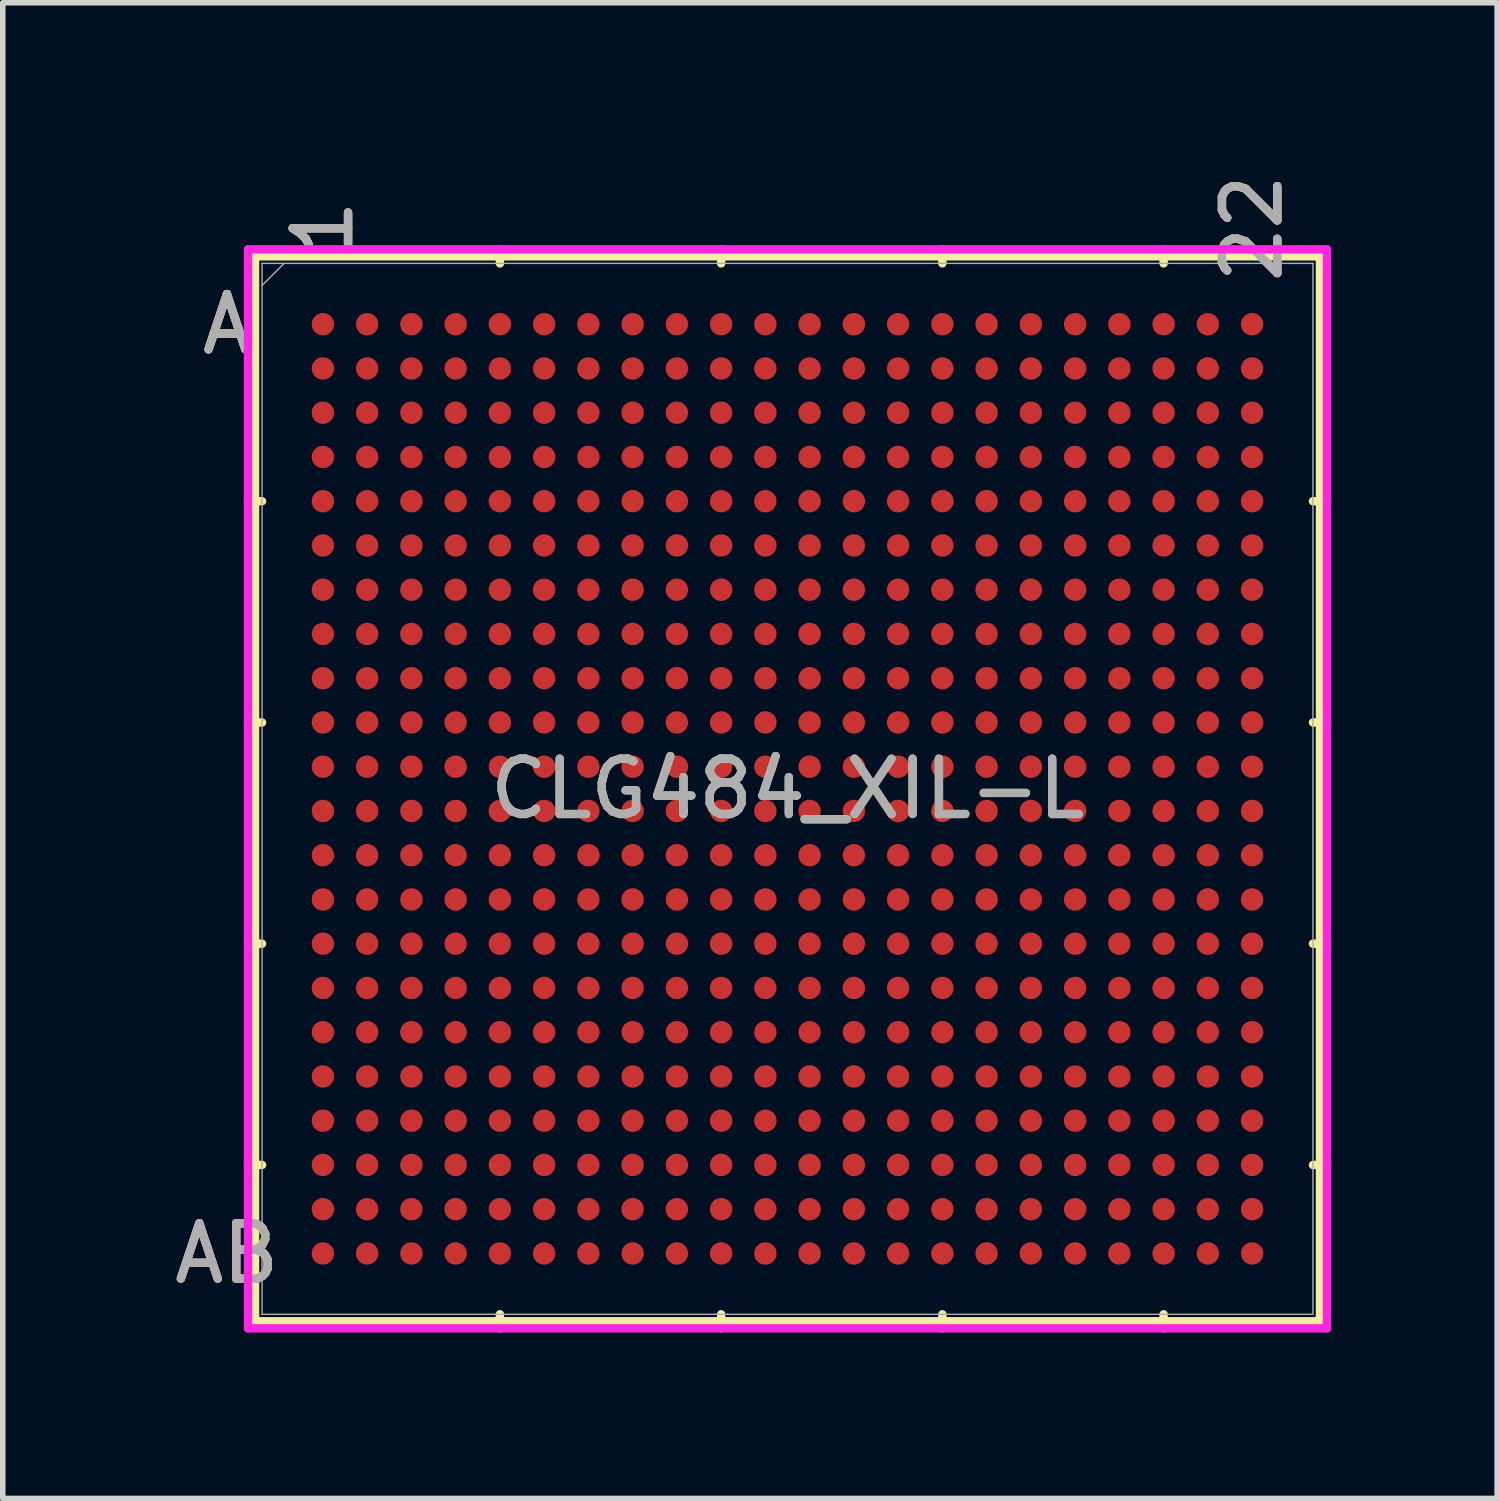
<source format=kicad_pcb>
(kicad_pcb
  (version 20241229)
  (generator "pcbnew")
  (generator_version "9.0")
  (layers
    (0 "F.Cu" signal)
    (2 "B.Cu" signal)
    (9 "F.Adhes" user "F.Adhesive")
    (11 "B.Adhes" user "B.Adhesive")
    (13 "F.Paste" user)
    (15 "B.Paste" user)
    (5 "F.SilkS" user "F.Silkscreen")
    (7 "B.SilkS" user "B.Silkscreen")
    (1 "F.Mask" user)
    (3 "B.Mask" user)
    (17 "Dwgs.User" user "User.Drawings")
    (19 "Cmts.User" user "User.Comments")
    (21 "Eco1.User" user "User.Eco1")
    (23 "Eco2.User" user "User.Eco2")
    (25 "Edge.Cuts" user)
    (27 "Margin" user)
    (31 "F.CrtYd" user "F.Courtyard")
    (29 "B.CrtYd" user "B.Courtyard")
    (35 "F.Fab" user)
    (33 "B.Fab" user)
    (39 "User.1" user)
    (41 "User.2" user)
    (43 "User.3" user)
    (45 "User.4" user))
  (footprint "CLG484_XIL-L"
    (layer "F.Cu")
    (at 11.188 11.212)
    (property "Reference" "CLG484_XIL-L" (at 0 0 0) (unlocked yes) (layer "F.SilkS") (effects (font (size 1 1) (thickness 0.15))))
    (attr smd)
    (fp_line (start -9.627 -9.627) (end -9.627 9.627) (stroke (width 0.152) (type solid)) (layer "F.SilkS"))
    (fp_line (start -9.627 9.627) (end 9.627 9.627) (stroke (width 0.152) (type solid)) (layer "F.SilkS"))
    (fp_line (start -9.5 -5.2) (end -9.754 -5.2) (stroke (width 0.152) (type solid)) (layer "F.SilkS"))
    (fp_line (start -9.5 -1.2) (end -9.754 -1.2) (stroke (width 0.152) (type solid)) (layer "F.SilkS"))
    (fp_line (start -9.5 2.8) (end -9.754 2.8) (stroke (width 0.152) (type solid)) (layer "F.SilkS"))
    (fp_line (start -9.5 6.8) (end -9.754 6.8) (stroke (width 0.152) (type solid)) (layer "F.SilkS"))
    (fp_line (start -5.2 -9.5) (end -5.2 -9.754) (stroke (width 0.152) (type solid)) (layer "F.SilkS"))
    (fp_line (start -5.2 9.5) (end -5.2 9.754) (stroke (width 0.152) (type solid)) (layer "F.SilkS"))
    (fp_line (start -1.2 -9.5) (end -1.2 -9.754) (stroke (width 0.152) (type solid)) (layer "F.SilkS"))
    (fp_line (start -1.2 9.5) (end -1.2 9.754) (stroke (width 0.152) (type solid)) (layer "F.SilkS"))
    (fp_line (start 2.8 -9.5) (end 2.8 -9.754) (stroke (width 0.152) (type solid)) (layer "F.SilkS"))
    (fp_line (start 2.8 9.5) (end 2.8 9.754) (stroke (width 0.152) (type solid)) (layer "F.SilkS"))
    (fp_line (start 6.8 -9.5) (end 6.8 -9.754) (stroke (width 0.152) (type solid)) (layer "F.SilkS"))
    (fp_line (start 6.8 9.5) (end 6.8 9.754) (stroke (width 0.152) (type solid)) (layer "F.SilkS"))
    (fp_line (start 9.5 -5.2) (end 9.754 -5.2) (stroke (width 0.152) (type solid)) (layer "F.SilkS"))
    (fp_line (start 9.5 -1.2) (end 9.754 -1.2) (stroke (width 0.152) (type solid)) (layer "F.SilkS"))
    (fp_line (start 9.5 2.8) (end 9.754 2.8) (stroke (width 0.152) (type solid)) (layer "F.SilkS"))
    (fp_line (start 9.5 6.8) (end 9.754 6.8) (stroke (width 0.152) (type solid)) (layer "F.SilkS"))
    (fp_line (start 9.627 -9.627) (end -9.627 -9.627) (stroke (width 0.152) (type solid)) (layer "F.SilkS"))
    (fp_line (start 9.627 9.627) (end 9.627 -9.627) (stroke (width 0.152) (type solid)) (layer "F.SilkS"))
    (fp_poly (pts (xy -9.244 -9.244) (xy 9.244 -9.244) (xy 9.244 9.244) (xy -9.244 9.244)) (stroke (width 0.1) (type solid)) (fill no) (layer "Eco2.User"))
    (fp_line (start -9.754 -9.754) (end 9.754 -9.754) (stroke (width 0.152) (type solid)) (layer "F.CrtYd"))
    (fp_line (start -9.754 9.754) (end -9.754 -9.754) (stroke (width 0.152) (type solid)) (layer "F.CrtYd"))
    (fp_line (start 9.754 -9.754) (end 9.754 9.754) (stroke (width 0.152) (type solid)) (layer "F.CrtYd"))
    (fp_line (start 9.754 9.754) (end -9.754 9.754) (stroke (width 0.152) (type solid)) (layer "F.CrtYd"))
    (fp_line (start -9.5 -9.5) (end -9.5 9.5) (stroke (width 0.025) (type solid)) (layer "F.Fab"))
    (fp_line (start -9.5 9.5) (end 9.5 9.5) (stroke (width 0.025) (type solid)) (layer "F.Fab"))
    (fp_line (start -9.1 -9.5) (end -9.5 -9.1) (stroke (width 0.025) (type solid)) (layer "F.Fab"))
    (fp_line (start 9.5 -9.5) (end -9.5 -9.5) (stroke (width 0.025) (type solid)) (layer "F.Fab"))
    (fp_line (start 9.5 9.5) (end 9.5 -9.5) (stroke (width 0.025) (type solid)) (layer "F.Fab"))
    (fp_text user "A" (at -10.135 -8.4 0) (unlocked yes) (layer "F.SilkS") (effects (font (size 1 1) (thickness 0.15))))
    (fp_text user "1" (at -8.4 -10.135 90) (unlocked yes) (layer "F.SilkS") (effects (font (size 1 1) (thickness 0.15))))
    (fp_text user "22" (at 8.4 -10.135 90) (unlocked yes) (layer "F.SilkS") (effects (font (size 1 1) (thickness 0.15))))
    (fp_text user "AB" (at -10.135 8.4 0) (unlocked yes) (layer "F.SilkS") (effects (font (size 1 1) (thickness 0.15))))
    (fp_text user "A" (at -10.135 -8.4 0) (unlocked yes) (layer "B.SilkS") (effects (font (size 1 1) (thickness 0.15))))
    (fp_text user "AB" (at -10.135 8.4 0) (unlocked yes) (layer "B.SilkS") (effects (font (size 1 1) (thickness 0.15))))
    (fp_text user "22" (at 8.4 -10.135 90) (unlocked yes) (layer "B.SilkS") (effects (font (size 1 1) (thickness 0.15))))
    (fp_text user "1" (at -8.4 -10.135 90) (unlocked yes) (layer "B.SilkS") (effects (font (size 1 1) (thickness 0.15))))
    (fp_text user "1" (at -8.4 -10.135 90) (unlocked yes) (layer "F.Fab") (effects (font (size 1 1) (thickness 0.15))))
    (fp_text user "${REFERENCE}" (at 0 0 0) (unlocked yes) (layer "F.Fab") (effects (font (size 1 1) (thickness 0.15))))
    (fp_text user "22" (at 8.4 -10.135 90) (unlocked yes) (layer "F.Fab") (effects (font (size 1 1) (thickness 0.15))))
    (fp_text user "AB" (at -10.135 8.4 0) (unlocked yes) (layer "F.Fab") (effects (font (size 1 1) (thickness 0.15))))
    (fp_text user "A" (at -10.135 -8.4 0) (unlocked yes) (layer "F.Fab") (effects (font (size 1 1) (thickness 0.15))))
    (pad "A1" smd circle (at -8.4 -8.4) (size 0.406 0.406) (layers "F.Cu" "F.Mask" "F.Paste"))
    (pad "A2" smd circle (at -7.6 -8.4) (size 0.406 0.406) (layers "F.Cu" "F.Mask" "F.Paste"))
    (pad "A3" smd circle (at -6.8 -8.4) (size 0.406 0.406) (layers "F.Cu" "F.Mask" "F.Paste"))
    (pad "A4" smd circle (at -6 -8.4) (size 0.406 0.406) (layers "F.Cu" "F.Mask" "F.Paste"))
    (pad "A5" smd circle (at -5.2 -8.4) (size 0.406 0.406) (layers "F.Cu" "F.Mask" "F.Paste"))
    (pad "A6" smd circle (at -4.4 -8.4) (size 0.406 0.406) (layers "F.Cu" "F.Mask" "F.Paste"))
    (pad "A7" smd circle (at -3.6 -8.4) (size 0.406 0.406) (layers "F.Cu" "F.Mask" "F.Paste"))
    (pad "A8" smd circle (at -2.8 -8.4) (size 0.406 0.406) (layers "F.Cu" "F.Mask" "F.Paste"))
    (pad "A9" smd circle (at -2 -8.4) (size 0.406 0.406) (layers "F.Cu" "F.Mask" "F.Paste"))
    (pad "A10" smd circle (at -1.2 -8.4) (size 0.406 0.406) (layers "F.Cu" "F.Mask" "F.Paste"))
    (pad "A11" smd circle (at -0.4 -8.4) (size 0.406 0.406) (layers "F.Cu" "F.Mask" "F.Paste"))
    (pad "A12" smd circle (at 0.4 -8.4) (size 0.406 0.406) (layers "F.Cu" "F.Mask" "F.Paste"))
    (pad "A13" smd circle (at 1.2 -8.4) (size 0.406 0.406) (layers "F.Cu" "F.Mask" "F.Paste"))
    (pad "A14" smd circle (at 2 -8.4) (size 0.406 0.406) (layers "F.Cu" "F.Mask" "F.Paste"))
    (pad "A15" smd circle (at 2.8 -8.4) (size 0.406 0.406) (layers "F.Cu" "F.Mask" "F.Paste"))
    (pad "A16" smd circle (at 3.6 -8.4) (size 0.406 0.406) (layers "F.Cu" "F.Mask" "F.Paste"))
    (pad "A17" smd circle (at 4.4 -8.4) (size 0.406 0.406) (layers "F.Cu" "F.Mask" "F.Paste"))
    (pad "A18" smd circle (at 5.2 -8.4) (size 0.406 0.406) (layers "F.Cu" "F.Mask" "F.Paste"))
    (pad "A19" smd circle (at 6 -8.4) (size 0.406 0.406) (layers "F.Cu" "F.Mask" "F.Paste"))
    (pad "A20" smd circle (at 6.8 -8.4) (size 0.406 0.406) (layers "F.Cu" "F.Mask" "F.Paste"))
    (pad "A21" smd circle (at 7.6 -8.4) (size 0.406 0.406) (layers "F.Cu" "F.Mask" "F.Paste"))
    (pad "A22" smd circle (at 8.4 -8.4) (size 0.406 0.406) (layers "F.Cu" "F.Mask" "F.Paste"))
    (pad "AA1" smd circle (at -8.4 7.6) (size 0.406 0.406) (layers "F.Cu" "F.Mask" "F.Paste"))
    (pad "AA2" smd circle (at -7.6 7.6) (size 0.406 0.406) (layers "F.Cu" "F.Mask" "F.Paste"))
    (pad "AA3" smd circle (at -6.8 7.6) (size 0.406 0.406) (layers "F.Cu" "F.Mask" "F.Paste"))
    (pad "AA4" smd circle (at -6 7.6) (size 0.406 0.406) (layers "F.Cu" "F.Mask" "F.Paste"))
    (pad "AA5" smd circle (at -5.2 7.6) (size 0.406 0.406) (layers "F.Cu" "F.Mask" "F.Paste"))
    (pad "AA6" smd circle (at -4.4 7.6) (size 0.406 0.406) (layers "F.Cu" "F.Mask" "F.Paste"))
    (pad "AA7" smd circle (at -3.6 7.6) (size 0.406 0.406) (layers "F.Cu" "F.Mask" "F.Paste"))
    (pad "AA8" smd circle (at -2.8 7.6) (size 0.406 0.406) (layers "F.Cu" "F.Mask" "F.Paste"))
    (pad "AA9" smd circle (at -2 7.6) (size 0.406 0.406) (layers "F.Cu" "F.Mask" "F.Paste"))
    (pad "AA10" smd circle (at -1.2 7.6) (size 0.406 0.406) (layers "F.Cu" "F.Mask" "F.Paste"))
    (pad "AA11" smd circle (at -0.4 7.6) (size 0.406 0.406) (layers "F.Cu" "F.Mask" "F.Paste"))
    (pad "AA12" smd circle (at 0.4 7.6) (size 0.406 0.406) (layers "F.Cu" "F.Mask" "F.Paste"))
    (pad "AA13" smd circle (at 1.2 7.6) (size 0.406 0.406) (layers "F.Cu" "F.Mask" "F.Paste"))
    (pad "AA14" smd circle (at 2 7.6) (size 0.406 0.406) (layers "F.Cu" "F.Mask" "F.Paste"))
    (pad "AA15" smd circle (at 2.8 7.6) (size 0.406 0.406) (layers "F.Cu" "F.Mask" "F.Paste"))
    (pad "AA16" smd circle (at 3.6 7.6) (size 0.406 0.406) (layers "F.Cu" "F.Mask" "F.Paste"))
    (pad "AA17" smd circle (at 4.4 7.6) (size 0.406 0.406) (layers "F.Cu" "F.Mask" "F.Paste"))
    (pad "AA18" smd circle (at 5.2 7.6) (size 0.406 0.406) (layers "F.Cu" "F.Mask" "F.Paste"))
    (pad "AA19" smd circle (at 6 7.6) (size 0.406 0.406) (layers "F.Cu" "F.Mask" "F.Paste"))
    (pad "AA20" smd circle (at 6.8 7.6) (size 0.406 0.406) (layers "F.Cu" "F.Mask" "F.Paste"))
    (pad "AA21" smd circle (at 7.6 7.6) (size 0.406 0.406) (layers "F.Cu" "F.Mask" "F.Paste"))
    (pad "AA22" smd circle (at 8.4 7.6) (size 0.406 0.406) (layers "F.Cu" "F.Mask" "F.Paste"))
    (pad "AB1" smd circle (at -8.4 8.4) (size 0.406 0.406) (layers "F.Cu" "F.Mask" "F.Paste"))
    (pad "AB2" smd circle (at -7.6 8.4) (size 0.406 0.406) (layers "F.Cu" "F.Mask" "F.Paste"))
    (pad "AB3" smd circle (at -6.8 8.4) (size 0.406 0.406) (layers "F.Cu" "F.Mask" "F.Paste"))
    (pad "AB4" smd circle (at -6 8.4) (size 0.406 0.406) (layers "F.Cu" "F.Mask" "F.Paste"))
    (pad "AB5" smd circle (at -5.2 8.4) (size 0.406 0.406) (layers "F.Cu" "F.Mask" "F.Paste"))
    (pad "AB6" smd circle (at -4.4 8.4) (size 0.406 0.406) (layers "F.Cu" "F.Mask" "F.Paste"))
    (pad "AB7" smd circle (at -3.6 8.4) (size 0.406 0.406) (layers "F.Cu" "F.Mask" "F.Paste"))
    (pad "AB8" smd circle (at -2.8 8.4) (size 0.406 0.406) (layers "F.Cu" "F.Mask" "F.Paste"))
    (pad "AB9" smd circle (at -2 8.4) (size 0.406 0.406) (layers "F.Cu" "F.Mask" "F.Paste"))
    (pad "AB10" smd circle (at -1.2 8.4) (size 0.406 0.406) (layers "F.Cu" "F.Mask" "F.Paste"))
    (pad "AB11" smd circle (at -0.4 8.4) (size 0.406 0.406) (layers "F.Cu" "F.Mask" "F.Paste"))
    (pad "AB12" smd circle (at 0.4 8.4) (size 0.406 0.406) (layers "F.Cu" "F.Mask" "F.Paste"))
    (pad "AB13" smd circle (at 1.2 8.4) (size 0.406 0.406) (layers "F.Cu" "F.Mask" "F.Paste"))
    (pad "AB14" smd circle (at 2 8.4) (size 0.406 0.406) (layers "F.Cu" "F.Mask" "F.Paste"))
    (pad "AB15" smd circle (at 2.8 8.4) (size 0.406 0.406) (layers "F.Cu" "F.Mask" "F.Paste"))
    (pad "AB16" smd circle (at 3.6 8.4) (size 0.406 0.406) (layers "F.Cu" "F.Mask" "F.Paste"))
    (pad "AB17" smd circle (at 4.4 8.4) (size 0.406 0.406) (layers "F.Cu" "F.Mask" "F.Paste"))
    (pad "AB18" smd circle (at 5.2 8.4) (size 0.406 0.406) (layers "F.Cu" "F.Mask" "F.Paste"))
    (pad "AB19" smd circle (at 6 8.4) (size 0.406 0.406) (layers "F.Cu" "F.Mask" "F.Paste"))
    (pad "AB20" smd circle (at 6.8 8.4) (size 0.406 0.406) (layers "F.Cu" "F.Mask" "F.Paste"))
    (pad "AB21" smd circle (at 7.6 8.4) (size 0.406 0.406) (layers "F.Cu" "F.Mask" "F.Paste"))
    (pad "AB22" smd circle (at 8.4 8.4) (size 0.406 0.406) (layers "F.Cu" "F.Mask" "F.Paste"))
    (pad "B1" smd circle (at -8.4 -7.6) (size 0.406 0.406) (layers "F.Cu" "F.Mask" "F.Paste"))
    (pad "B2" smd circle (at -7.6 -7.6) (size 0.406 0.406) (layers "F.Cu" "F.Mask" "F.Paste"))
    (pad "B3" smd circle (at -6.8 -7.6) (size 0.406 0.406) (layers "F.Cu" "F.Mask" "F.Paste"))
    (pad "B4" smd circle (at -6 -7.6) (size 0.406 0.406) (layers "F.Cu" "F.Mask" "F.Paste"))
    (pad "B5" smd circle (at -5.2 -7.6) (size 0.406 0.406) (layers "F.Cu" "F.Mask" "F.Paste"))
    (pad "B6" smd circle (at -4.4 -7.6) (size 0.406 0.406) (layers "F.Cu" "F.Mask" "F.Paste"))
    (pad "B7" smd circle (at -3.6 -7.6) (size 0.406 0.406) (layers "F.Cu" "F.Mask" "F.Paste"))
    (pad "B8" smd circle (at -2.8 -7.6) (size 0.406 0.406) (layers "F.Cu" "F.Mask" "F.Paste"))
    (pad "B9" smd circle (at -2 -7.6) (size 0.406 0.406) (layers "F.Cu" "F.Mask" "F.Paste"))
    (pad "B10" smd circle (at -1.2 -7.6) (size 0.406 0.406) (layers "F.Cu" "F.Mask" "F.Paste"))
    (pad "B11" smd circle (at -0.4 -7.6) (size 0.406 0.406) (layers "F.Cu" "F.Mask" "F.Paste"))
    (pad "B12" smd circle (at 0.4 -7.6) (size 0.406 0.406) (layers "F.Cu" "F.Mask" "F.Paste"))
    (pad "B13" smd circle (at 1.2 -7.6) (size 0.406 0.406) (layers "F.Cu" "F.Mask" "F.Paste"))
    (pad "B14" smd circle (at 2 -7.6) (size 0.406 0.406) (layers "F.Cu" "F.Mask" "F.Paste"))
    (pad "B15" smd circle (at 2.8 -7.6) (size 0.406 0.406) (layers "F.Cu" "F.Mask" "F.Paste"))
    (pad "B16" smd circle (at 3.6 -7.6) (size 0.406 0.406) (layers "F.Cu" "F.Mask" "F.Paste"))
    (pad "B17" smd circle (at 4.4 -7.6) (size 0.406 0.406) (layers "F.Cu" "F.Mask" "F.Paste"))
    (pad "B18" smd circle (at 5.2 -7.6) (size 0.406 0.406) (layers "F.Cu" "F.Mask" "F.Paste"))
    (pad "B19" smd circle (at 6 -7.6) (size 0.406 0.406) (layers "F.Cu" "F.Mask" "F.Paste"))
    (pad "B20" smd circle (at 6.8 -7.6) (size 0.406 0.406) (layers "F.Cu" "F.Mask" "F.Paste"))
    (pad "B21" smd circle (at 7.6 -7.6) (size 0.406 0.406) (layers "F.Cu" "F.Mask" "F.Paste"))
    (pad "B22" smd circle (at 8.4 -7.6) (size 0.406 0.406) (layers "F.Cu" "F.Mask" "F.Paste"))
    (pad "C1" smd circle (at -8.4 -6.8) (size 0.406 0.406) (layers "F.Cu" "F.Mask" "F.Paste"))
    (pad "C2" smd circle (at -7.6 -6.8) (size 0.406 0.406) (layers "F.Cu" "F.Mask" "F.Paste"))
    (pad "C3" smd circle (at -6.8 -6.8) (size 0.406 0.406) (layers "F.Cu" "F.Mask" "F.Paste"))
    (pad "C4" smd circle (at -6 -6.8) (size 0.406 0.406) (layers "F.Cu" "F.Mask" "F.Paste"))
    (pad "C5" smd circle (at -5.2 -6.8) (size 0.406 0.406) (layers "F.Cu" "F.Mask" "F.Paste"))
    (pad "C6" smd circle (at -4.4 -6.8) (size 0.406 0.406) (layers "F.Cu" "F.Mask" "F.Paste"))
    (pad "C7" smd circle (at -3.6 -6.8) (size 0.406 0.406) (layers "F.Cu" "F.Mask" "F.Paste"))
    (pad "C8" smd circle (at -2.8 -6.8) (size 0.406 0.406) (layers "F.Cu" "F.Mask" "F.Paste"))
    (pad "C9" smd circle (at -2 -6.8) (size 0.406 0.406) (layers "F.Cu" "F.Mask" "F.Paste"))
    (pad "C10" smd circle (at -1.2 -6.8) (size 0.406 0.406) (layers "F.Cu" "F.Mask" "F.Paste"))
    (pad "C11" smd circle (at -0.4 -6.8) (size 0.406 0.406) (layers "F.Cu" "F.Mask" "F.Paste"))
    (pad "C12" smd circle (at 0.4 -6.8) (size 0.406 0.406) (layers "F.Cu" "F.Mask" "F.Paste"))
    (pad "C13" smd circle (at 1.2 -6.8) (size 0.406 0.406) (layers "F.Cu" "F.Mask" "F.Paste"))
    (pad "C14" smd circle (at 2 -6.8) (size 0.406 0.406) (layers "F.Cu" "F.Mask" "F.Paste"))
    (pad "C15" smd circle (at 2.8 -6.8) (size 0.406 0.406) (layers "F.Cu" "F.Mask" "F.Paste"))
    (pad "C16" smd circle (at 3.6 -6.8) (size 0.406 0.406) (layers "F.Cu" "F.Mask" "F.Paste"))
    (pad "C17" smd circle (at 4.4 -6.8) (size 0.406 0.406) (layers "F.Cu" "F.Mask" "F.Paste"))
    (pad "C18" smd circle (at 5.2 -6.8) (size 0.406 0.406) (layers "F.Cu" "F.Mask" "F.Paste"))
    (pad "C19" smd circle (at 6 -6.8) (size 0.406 0.406) (layers "F.Cu" "F.Mask" "F.Paste"))
    (pad "C20" smd circle (at 6.8 -6.8) (size 0.406 0.406) (layers "F.Cu" "F.Mask" "F.Paste"))
    (pad "C21" smd circle (at 7.6 -6.8) (size 0.406 0.406) (layers "F.Cu" "F.Mask" "F.Paste"))
    (pad "C22" smd circle (at 8.4 -6.8) (size 0.406 0.406) (layers "F.Cu" "F.Mask" "F.Paste"))
    (pad "D1" smd circle (at -8.4 -6) (size 0.406 0.406) (layers "F.Cu" "F.Mask" "F.Paste"))
    (pad "D2" smd circle (at -7.6 -6) (size 0.406 0.406) (layers "F.Cu" "F.Mask" "F.Paste"))
    (pad "D3" smd circle (at -6.8 -6) (size 0.406 0.406) (layers "F.Cu" "F.Mask" "F.Paste"))
    (pad "D4" smd circle (at -6 -6) (size 0.406 0.406) (layers "F.Cu" "F.Mask" "F.Paste"))
    (pad "D5" smd circle (at -5.2 -6) (size 0.406 0.406) (layers "F.Cu" "F.Mask" "F.Paste"))
    (pad "D6" smd circle (at -4.4 -6) (size 0.406 0.406) (layers "F.Cu" "F.Mask" "F.Paste"))
    (pad "D7" smd circle (at -3.6 -6) (size 0.406 0.406) (layers "F.Cu" "F.Mask" "F.Paste"))
    (pad "D8" smd circle (at -2.8 -6) (size 0.406 0.406) (layers "F.Cu" "F.Mask" "F.Paste"))
    (pad "D9" smd circle (at -2 -6) (size 0.406 0.406) (layers "F.Cu" "F.Mask" "F.Paste"))
    (pad "D10" smd circle (at -1.2 -6) (size 0.406 0.406) (layers "F.Cu" "F.Mask" "F.Paste"))
    (pad "D11" smd circle (at -0.4 -6) (size 0.406 0.406) (layers "F.Cu" "F.Mask" "F.Paste"))
    (pad "D12" smd circle (at 0.4 -6) (size 0.406 0.406) (layers "F.Cu" "F.Mask" "F.Paste"))
    (pad "D13" smd circle (at 1.2 -6) (size 0.406 0.406) (layers "F.Cu" "F.Mask" "F.Paste"))
    (pad "D14" smd circle (at 2 -6) (size 0.406 0.406) (layers "F.Cu" "F.Mask" "F.Paste"))
    (pad "D15" smd circle (at 2.8 -6) (size 0.406 0.406) (layers "F.Cu" "F.Mask" "F.Paste"))
    (pad "D16" smd circle (at 3.6 -6) (size 0.406 0.406) (layers "F.Cu" "F.Mask" "F.Paste"))
    (pad "D17" smd circle (at 4.4 -6) (size 0.406 0.406) (layers "F.Cu" "F.Mask" "F.Paste"))
    (pad "D18" smd circle (at 5.2 -6) (size 0.406 0.406) (layers "F.Cu" "F.Mask" "F.Paste"))
    (pad "D19" smd circle (at 6 -6) (size 0.406 0.406) (layers "F.Cu" "F.Mask" "F.Paste"))
    (pad "D20" smd circle (at 6.8 -6) (size 0.406 0.406) (layers "F.Cu" "F.Mask" "F.Paste"))
    (pad "D21" smd circle (at 7.6 -6) (size 0.406 0.406) (layers "F.Cu" "F.Mask" "F.Paste"))
    (pad "D22" smd circle (at 8.4 -6) (size 0.406 0.406) (layers "F.Cu" "F.Mask" "F.Paste"))
    (pad "E1" smd circle (at -8.4 -5.2) (size 0.406 0.406) (layers "F.Cu" "F.Mask" "F.Paste"))
    (pad "E2" smd circle (at -7.6 -5.2) (size 0.406 0.406) (layers "F.Cu" "F.Mask" "F.Paste"))
    (pad "E3" smd circle (at -6.8 -5.2) (size 0.406 0.406) (layers "F.Cu" "F.Mask" "F.Paste"))
    (pad "E4" smd circle (at -6 -5.2) (size 0.406 0.406) (layers "F.Cu" "F.Mask" "F.Paste"))
    (pad "E5" smd circle (at -5.2 -5.2) (size 0.406 0.406) (layers "F.Cu" "F.Mask" "F.Paste"))
    (pad "E6" smd circle (at -4.4 -5.2) (size 0.406 0.406) (layers "F.Cu" "F.Mask" "F.Paste"))
    (pad "E7" smd circle (at -3.6 -5.2) (size 0.406 0.406) (layers "F.Cu" "F.Mask" "F.Paste"))
    (pad "E8" smd circle (at -2.8 -5.2) (size 0.406 0.406) (layers "F.Cu" "F.Mask" "F.Paste"))
    (pad "E9" smd circle (at -2 -5.2) (size 0.406 0.406) (layers "F.Cu" "F.Mask" "F.Paste"))
    (pad "E10" smd circle (at -1.2 -5.2) (size 0.406 0.406) (layers "F.Cu" "F.Mask" "F.Paste"))
    (pad "E11" smd circle (at -0.4 -5.2) (size 0.406 0.406) (layers "F.Cu" "F.Mask" "F.Paste"))
    (pad "E12" smd circle (at 0.4 -5.2) (size 0.406 0.406) (layers "F.Cu" "F.Mask" "F.Paste"))
    (pad "E13" smd circle (at 1.2 -5.2) (size 0.406 0.406) (layers "F.Cu" "F.Mask" "F.Paste"))
    (pad "E14" smd circle (at 2 -5.2) (size 0.406 0.406) (layers "F.Cu" "F.Mask" "F.Paste"))
    (pad "E15" smd circle (at 2.8 -5.2) (size 0.406 0.406) (layers "F.Cu" "F.Mask" "F.Paste"))
    (pad "E16" smd circle (at 3.6 -5.2) (size 0.406 0.406) (layers "F.Cu" "F.Mask" "F.Paste"))
    (pad "E17" smd circle (at 4.4 -5.2) (size 0.406 0.406) (layers "F.Cu" "F.Mask" "F.Paste"))
    (pad "E18" smd circle (at 5.2 -5.2) (size 0.406 0.406) (layers "F.Cu" "F.Mask" "F.Paste"))
    (pad "E19" smd circle (at 6 -5.2) (size 0.406 0.406) (layers "F.Cu" "F.Mask" "F.Paste"))
    (pad "E20" smd circle (at 6.8 -5.2) (size 0.406 0.406) (layers "F.Cu" "F.Mask" "F.Paste"))
    (pad "E21" smd circle (at 7.6 -5.2) (size 0.406 0.406) (layers "F.Cu" "F.Mask" "F.Paste"))
    (pad "E22" smd circle (at 8.4 -5.2) (size 0.406 0.406) (layers "F.Cu" "F.Mask" "F.Paste"))
    (pad "F1" smd circle (at -8.4 -4.4) (size 0.406 0.406) (layers "F.Cu" "F.Mask" "F.Paste"))
    (pad "F2" smd circle (at -7.6 -4.4) (size 0.406 0.406) (layers "F.Cu" "F.Mask" "F.Paste"))
    (pad "F3" smd circle (at -6.8 -4.4) (size 0.406 0.406) (layers "F.Cu" "F.Mask" "F.Paste"))
    (pad "F4" smd circle (at -6 -4.4) (size 0.406 0.406) (layers "F.Cu" "F.Mask" "F.Paste"))
    (pad "F5" smd circle (at -5.2 -4.4) (size 0.406 0.406) (layers "F.Cu" "F.Mask" "F.Paste"))
    (pad "F6" smd circle (at -4.4 -4.4) (size 0.406 0.406) (layers "F.Cu" "F.Mask" "F.Paste"))
    (pad "F7" smd circle (at -3.6 -4.4) (size 0.406 0.406) (layers "F.Cu" "F.Mask" "F.Paste"))
    (pad "F8" smd circle (at -2.8 -4.4) (size 0.406 0.406) (layers "F.Cu" "F.Mask" "F.Paste"))
    (pad "F9" smd circle (at -2 -4.4) (size 0.406 0.406) (layers "F.Cu" "F.Mask" "F.Paste"))
    (pad "F10" smd circle (at -1.2 -4.4) (size 0.406 0.406) (layers "F.Cu" "F.Mask" "F.Paste"))
    (pad "F11" smd circle (at -0.4 -4.4) (size 0.406 0.406) (layers "F.Cu" "F.Mask" "F.Paste"))
    (pad "F12" smd circle (at 0.4 -4.4) (size 0.406 0.406) (layers "F.Cu" "F.Mask" "F.Paste"))
    (pad "F13" smd circle (at 1.2 -4.4) (size 0.406 0.406) (layers "F.Cu" "F.Mask" "F.Paste"))
    (pad "F14" smd circle (at 2 -4.4) (size 0.406 0.406) (layers "F.Cu" "F.Mask" "F.Paste"))
    (pad "F15" smd circle (at 2.8 -4.4) (size 0.406 0.406) (layers "F.Cu" "F.Mask" "F.Paste"))
    (pad "F16" smd circle (at 3.6 -4.4) (size 0.406 0.406) (layers "F.Cu" "F.Mask" "F.Paste"))
    (pad "F17" smd circle (at 4.4 -4.4) (size 0.406 0.406) (layers "F.Cu" "F.Mask" "F.Paste"))
    (pad "F18" smd circle (at 5.2 -4.4) (size 0.406 0.406) (layers "F.Cu" "F.Mask" "F.Paste"))
    (pad "F19" smd circle (at 6 -4.4) (size 0.406 0.406) (layers "F.Cu" "F.Mask" "F.Paste"))
    (pad "F20" smd circle (at 6.8 -4.4) (size 0.406 0.406) (layers "F.Cu" "F.Mask" "F.Paste"))
    (pad "F21" smd circle (at 7.6 -4.4) (size 0.406 0.406) (layers "F.Cu" "F.Mask" "F.Paste"))
    (pad "F22" smd circle (at 8.4 -4.4) (size 0.406 0.406) (layers "F.Cu" "F.Mask" "F.Paste"))
    (pad "G1" smd circle (at -8.4 -3.6) (size 0.406 0.406) (layers "F.Cu" "F.Mask" "F.Paste"))
    (pad "G2" smd circle (at -7.6 -3.6) (size 0.406 0.406) (layers "F.Cu" "F.Mask" "F.Paste"))
    (pad "G3" smd circle (at -6.8 -3.6) (size 0.406 0.406) (layers "F.Cu" "F.Mask" "F.Paste"))
    (pad "G4" smd circle (at -6 -3.6) (size 0.406 0.406) (layers "F.Cu" "F.Mask" "F.Paste"))
    (pad "G5" smd circle (at -5.2 -3.6) (size 0.406 0.406) (layers "F.Cu" "F.Mask" "F.Paste"))
    (pad "G6" smd circle (at -4.4 -3.6) (size 0.406 0.406) (layers "F.Cu" "F.Mask" "F.Paste"))
    (pad "G7" smd circle (at -3.6 -3.6) (size 0.406 0.406) (layers "F.Cu" "F.Mask" "F.Paste"))
    (pad "G8" smd circle (at -2.8 -3.6) (size 0.406 0.406) (layers "F.Cu" "F.Mask" "F.Paste"))
    (pad "G9" smd circle (at -2 -3.6) (size 0.406 0.406) (layers "F.Cu" "F.Mask" "F.Paste"))
    (pad "G10" smd circle (at -1.2 -3.6) (size 0.406 0.406) (layers "F.Cu" "F.Mask" "F.Paste"))
    (pad "G11" smd circle (at -0.4 -3.6) (size 0.406 0.406) (layers "F.Cu" "F.Mask" "F.Paste"))
    (pad "G12" smd circle (at 0.4 -3.6) (size 0.406 0.406) (layers "F.Cu" "F.Mask" "F.Paste"))
    (pad "G13" smd circle (at 1.2 -3.6) (size 0.406 0.406) (layers "F.Cu" "F.Mask" "F.Paste"))
    (pad "G14" smd circle (at 2 -3.6) (size 0.406 0.406) (layers "F.Cu" "F.Mask" "F.Paste"))
    (pad "G15" smd circle (at 2.8 -3.6) (size 0.406 0.406) (layers "F.Cu" "F.Mask" "F.Paste"))
    (pad "G16" smd circle (at 3.6 -3.6) (size 0.406 0.406) (layers "F.Cu" "F.Mask" "F.Paste"))
    (pad "G17" smd circle (at 4.4 -3.6) (size 0.406 0.406) (layers "F.Cu" "F.Mask" "F.Paste"))
    (pad "G18" smd circle (at 5.2 -3.6) (size 0.406 0.406) (layers "F.Cu" "F.Mask" "F.Paste"))
    (pad "G19" smd circle (at 6 -3.6) (size 0.406 0.406) (layers "F.Cu" "F.Mask" "F.Paste"))
    (pad "G20" smd circle (at 6.8 -3.6) (size 0.406 0.406) (layers "F.Cu" "F.Mask" "F.Paste"))
    (pad "G21" smd circle (at 7.6 -3.6) (size 0.406 0.406) (layers "F.Cu" "F.Mask" "F.Paste"))
    (pad "G22" smd circle (at 8.4 -3.6) (size 0.406 0.406) (layers "F.Cu" "F.Mask" "F.Paste"))
    (pad "H1" smd circle (at -8.4 -2.8) (size 0.406 0.406) (layers "F.Cu" "F.Mask" "F.Paste"))
    (pad "H2" smd circle (at -7.6 -2.8) (size 0.406 0.406) (layers "F.Cu" "F.Mask" "F.Paste"))
    (pad "H3" smd circle (at -6.8 -2.8) (size 0.406 0.406) (layers "F.Cu" "F.Mask" "F.Paste"))
    (pad "H4" smd circle (at -6 -2.8) (size 0.406 0.406) (layers "F.Cu" "F.Mask" "F.Paste"))
    (pad "H5" smd circle (at -5.2 -2.8) (size 0.406 0.406) (layers "F.Cu" "F.Mask" "F.Paste"))
    (pad "H6" smd circle (at -4.4 -2.8) (size 0.406 0.406) (layers "F.Cu" "F.Mask" "F.Paste"))
    (pad "H7" smd circle (at -3.6 -2.8) (size 0.406 0.406) (layers "F.Cu" "F.Mask" "F.Paste"))
    (pad "H8" smd circle (at -2.8 -2.8) (size 0.406 0.406) (layers "F.Cu" "F.Mask" "F.Paste"))
    (pad "H9" smd circle (at -2 -2.8) (size 0.406 0.406) (layers "F.Cu" "F.Mask" "F.Paste"))
    (pad "H10" smd circle (at -1.2 -2.8) (size 0.406 0.406) (layers "F.Cu" "F.Mask" "F.Paste"))
    (pad "H11" smd circle (at -0.4 -2.8) (size 0.406 0.406) (layers "F.Cu" "F.Mask" "F.Paste"))
    (pad "H12" smd circle (at 0.4 -2.8) (size 0.406 0.406) (layers "F.Cu" "F.Mask" "F.Paste"))
    (pad "H13" smd circle (at 1.2 -2.8) (size 0.406 0.406) (layers "F.Cu" "F.Mask" "F.Paste"))
    (pad "H14" smd circle (at 2 -2.8) (size 0.406 0.406) (layers "F.Cu" "F.Mask" "F.Paste"))
    (pad "H15" smd circle (at 2.8 -2.8) (size 0.406 0.406) (layers "F.Cu" "F.Mask" "F.Paste"))
    (pad "H16" smd circle (at 3.6 -2.8) (size 0.406 0.406) (layers "F.Cu" "F.Mask" "F.Paste"))
    (pad "H17" smd circle (at 4.4 -2.8) (size 0.406 0.406) (layers "F.Cu" "F.Mask" "F.Paste"))
    (pad "H18" smd circle (at 5.2 -2.8) (size 0.406 0.406) (layers "F.Cu" "F.Mask" "F.Paste"))
    (pad "H19" smd circle (at 6 -2.8) (size 0.406 0.406) (layers "F.Cu" "F.Mask" "F.Paste"))
    (pad "H20" smd circle (at 6.8 -2.8) (size 0.406 0.406) (layers "F.Cu" "F.Mask" "F.Paste"))
    (pad "H21" smd circle (at 7.6 -2.8) (size 0.406 0.406) (layers "F.Cu" "F.Mask" "F.Paste"))
    (pad "H22" smd circle (at 8.4 -2.8) (size 0.406 0.406) (layers "F.Cu" "F.Mask" "F.Paste"))
    (pad "J1" smd circle (at -8.4 -2) (size 0.406 0.406) (layers "F.Cu" "F.Mask" "F.Paste"))
    (pad "J2" smd circle (at -7.6 -2) (size 0.406 0.406) (layers "F.Cu" "F.Mask" "F.Paste"))
    (pad "J3" smd circle (at -6.8 -2) (size 0.406 0.406) (layers "F.Cu" "F.Mask" "F.Paste"))
    (pad "J4" smd circle (at -6 -2) (size 0.406 0.406) (layers "F.Cu" "F.Mask" "F.Paste"))
    (pad "J5" smd circle (at -5.2 -2) (size 0.406 0.406) (layers "F.Cu" "F.Mask" "F.Paste"))
    (pad "J6" smd circle (at -4.4 -2) (size 0.406 0.406) (layers "F.Cu" "F.Mask" "F.Paste"))
    (pad "J7" smd circle (at -3.6 -2) (size 0.406 0.406) (layers "F.Cu" "F.Mask" "F.Paste"))
    (pad "J8" smd circle (at -2.8 -2) (size 0.406 0.406) (layers "F.Cu" "F.Mask" "F.Paste"))
    (pad "J9" smd circle (at -2 -2) (size 0.406 0.406) (layers "F.Cu" "F.Mask" "F.Paste"))
    (pad "J10" smd circle (at -1.2 -2) (size 0.406 0.406) (layers "F.Cu" "F.Mask" "F.Paste"))
    (pad "J11" smd circle (at -0.4 -2) (size 0.406 0.406) (layers "F.Cu" "F.Mask" "F.Paste"))
    (pad "J12" smd circle (at 0.4 -2) (size 0.406 0.406) (layers "F.Cu" "F.Mask" "F.Paste"))
    (pad "J13" smd circle (at 1.2 -2) (size 0.406 0.406) (layers "F.Cu" "F.Mask" "F.Paste"))
    (pad "J14" smd circle (at 2 -2) (size 0.406 0.406) (layers "F.Cu" "F.Mask" "F.Paste"))
    (pad "J15" smd circle (at 2.8 -2) (size 0.406 0.406) (layers "F.Cu" "F.Mask" "F.Paste"))
    (pad "J16" smd circle (at 3.6 -2) (size 0.406 0.406) (layers "F.Cu" "F.Mask" "F.Paste"))
    (pad "J17" smd circle (at 4.4 -2) (size 0.406 0.406) (layers "F.Cu" "F.Mask" "F.Paste"))
    (pad "J18" smd circle (at 5.2 -2) (size 0.406 0.406) (layers "F.Cu" "F.Mask" "F.Paste"))
    (pad "J19" smd circle (at 6 -2) (size 0.406 0.406) (layers "F.Cu" "F.Mask" "F.Paste"))
    (pad "J20" smd circle (at 6.8 -2) (size 0.406 0.406) (layers "F.Cu" "F.Mask" "F.Paste"))
    (pad "J21" smd circle (at 7.6 -2) (size 0.406 0.406) (layers "F.Cu" "F.Mask" "F.Paste"))
    (pad "J22" smd circle (at 8.4 -2) (size 0.406 0.406) (layers "F.Cu" "F.Mask" "F.Paste"))
    (pad "K1" smd circle (at -8.4 -1.2) (size 0.406 0.406) (layers "F.Cu" "F.Mask" "F.Paste"))
    (pad "K2" smd circle (at -7.6 -1.2) (size 0.406 0.406) (layers "F.Cu" "F.Mask" "F.Paste"))
    (pad "K3" smd circle (at -6.8 -1.2) (size 0.406 0.406) (layers "F.Cu" "F.Mask" "F.Paste"))
    (pad "K4" smd circle (at -6 -1.2) (size 0.406 0.406) (layers "F.Cu" "F.Mask" "F.Paste"))
    (pad "K5" smd circle (at -5.2 -1.2) (size 0.406 0.406) (layers "F.Cu" "F.Mask" "F.Paste"))
    (pad "K6" smd circle (at -4.4 -1.2) (size 0.406 0.406) (layers "F.Cu" "F.Mask" "F.Paste"))
    (pad "K7" smd circle (at -3.6 -1.2) (size 0.406 0.406) (layers "F.Cu" "F.Mask" "F.Paste"))
    (pad "K8" smd circle (at -2.8 -1.2) (size 0.406 0.406) (layers "F.Cu" "F.Mask" "F.Paste"))
    (pad "K9" smd circle (at -2 -1.2) (size 0.406 0.406) (layers "F.Cu" "F.Mask" "F.Paste"))
    (pad "K10" smd circle (at -1.2 -1.2) (size 0.406 0.406) (layers "F.Cu" "F.Mask" "F.Paste"))
    (pad "K11" smd circle (at -0.4 -1.2) (size 0.406 0.406) (layers "F.Cu" "F.Mask" "F.Paste"))
    (pad "K12" smd circle (at 0.4 -1.2) (size 0.406 0.406) (layers "F.Cu" "F.Mask" "F.Paste"))
    (pad "K13" smd circle (at 1.2 -1.2) (size 0.406 0.406) (layers "F.Cu" "F.Mask" "F.Paste"))
    (pad "K14" smd circle (at 2 -1.2) (size 0.406 0.406) (layers "F.Cu" "F.Mask" "F.Paste"))
    (pad "K15" smd circle (at 2.8 -1.2) (size 0.406 0.406) (layers "F.Cu" "F.Mask" "F.Paste"))
    (pad "K16" smd circle (at 3.6 -1.2) (size 0.406 0.406) (layers "F.Cu" "F.Mask" "F.Paste"))
    (pad "K17" smd circle (at 4.4 -1.2) (size 0.406 0.406) (layers "F.Cu" "F.Mask" "F.Paste"))
    (pad "K18" smd circle (at 5.2 -1.2) (size 0.406 0.406) (layers "F.Cu" "F.Mask" "F.Paste"))
    (pad "K19" smd circle (at 6 -1.2) (size 0.406 0.406) (layers "F.Cu" "F.Mask" "F.Paste"))
    (pad "K20" smd circle (at 6.8 -1.2) (size 0.406 0.406) (layers "F.Cu" "F.Mask" "F.Paste"))
    (pad "K21" smd circle (at 7.6 -1.2) (size 0.406 0.406) (layers "F.Cu" "F.Mask" "F.Paste"))
    (pad "K22" smd circle (at 8.4 -1.2) (size 0.406 0.406) (layers "F.Cu" "F.Mask" "F.Paste"))
    (pad "L1" smd circle (at -8.4 -0.4) (size 0.406 0.406) (layers "F.Cu" "F.Mask" "F.Paste"))
    (pad "L2" smd circle (at -7.6 -0.4) (size 0.406 0.406) (layers "F.Cu" "F.Mask" "F.Paste"))
    (pad "L3" smd circle (at -6.8 -0.4) (size 0.406 0.406) (layers "F.Cu" "F.Mask" "F.Paste"))
    (pad "L4" smd circle (at -6 -0.4) (size 0.406 0.406) (layers "F.Cu" "F.Mask" "F.Paste"))
    (pad "L5" smd circle (at -5.2 -0.4) (size 0.406 0.406) (layers "F.Cu" "F.Mask" "F.Paste"))
    (pad "L6" smd circle (at -4.4 -0.4) (size 0.406 0.406) (layers "F.Cu" "F.Mask" "F.Paste"))
    (pad "L7" smd circle (at -3.6 -0.4) (size 0.406 0.406) (layers "F.Cu" "F.Mask" "F.Paste"))
    (pad "L8" smd circle (at -2.8 -0.4) (size 0.406 0.406) (layers "F.Cu" "F.Mask" "F.Paste"))
    (pad "L9" smd circle (at -2 -0.4) (size 0.406 0.406) (layers "F.Cu" "F.Mask" "F.Paste"))
    (pad "L10" smd circle (at -1.2 -0.4) (size 0.406 0.406) (layers "F.Cu" "F.Mask" "F.Paste"))
    (pad "L11" smd circle (at -0.4 -0.4) (size 0.406 0.406) (layers "F.Cu" "F.Mask" "F.Paste"))
    (pad "L12" smd circle (at 0.4 -0.4) (size 0.406 0.406) (layers "F.Cu" "F.Mask" "F.Paste"))
    (pad "L13" smd circle (at 1.2 -0.4) (size 0.406 0.406) (layers "F.Cu" "F.Mask" "F.Paste"))
    (pad "L14" smd circle (at 2 -0.4) (size 0.406 0.406) (layers "F.Cu" "F.Mask" "F.Paste"))
    (pad "L15" smd circle (at 2.8 -0.4) (size 0.406 0.406) (layers "F.Cu" "F.Mask" "F.Paste"))
    (pad "L16" smd circle (at 3.6 -0.4) (size 0.406 0.406) (layers "F.Cu" "F.Mask" "F.Paste"))
    (pad "L17" smd circle (at 4.4 -0.4) (size 0.406 0.406) (layers "F.Cu" "F.Mask" "F.Paste"))
    (pad "L18" smd circle (at 5.2 -0.4) (size 0.406 0.406) (layers "F.Cu" "F.Mask" "F.Paste"))
    (pad "L19" smd circle (at 6 -0.4) (size 0.406 0.406) (layers "F.Cu" "F.Mask" "F.Paste"))
    (pad "L20" smd circle (at 6.8 -0.4) (size 0.406 0.406) (layers "F.Cu" "F.Mask" "F.Paste"))
    (pad "L21" smd circle (at 7.6 -0.4) (size 0.406 0.406) (layers "F.Cu" "F.Mask" "F.Paste"))
    (pad "L22" smd circle (at 8.4 -0.4) (size 0.406 0.406) (layers "F.Cu" "F.Mask" "F.Paste"))
    (pad "M1" smd circle (at -8.4 0.4) (size 0.406 0.406) (layers "F.Cu" "F.Mask" "F.Paste"))
    (pad "M2" smd circle (at -7.6 0.4) (size 0.406 0.406) (layers "F.Cu" "F.Mask" "F.Paste"))
    (pad "M3" smd circle (at -6.8 0.4) (size 0.406 0.406) (layers "F.Cu" "F.Mask" "F.Paste"))
    (pad "M4" smd circle (at -6 0.4) (size 0.406 0.406) (layers "F.Cu" "F.Mask" "F.Paste"))
    (pad "M5" smd circle (at -5.2 0.4) (size 0.406 0.406) (layers "F.Cu" "F.Mask" "F.Paste"))
    (pad "M6" smd circle (at -4.4 0.4) (size 0.406 0.406) (layers "F.Cu" "F.Mask" "F.Paste"))
    (pad "M7" smd circle (at -3.6 0.4) (size 0.406 0.406) (layers "F.Cu" "F.Mask" "F.Paste"))
    (pad "M8" smd circle (at -2.8 0.4) (size 0.406 0.406) (layers "F.Cu" "F.Mask" "F.Paste"))
    (pad "M9" smd circle (at -2 0.4) (size 0.406 0.406) (layers "F.Cu" "F.Mask" "F.Paste"))
    (pad "M10" smd circle (at -1.2 0.4) (size 0.406 0.406) (layers "F.Cu" "F.Mask" "F.Paste"))
    (pad "M11" smd circle (at -0.4 0.4) (size 0.406 0.406) (layers "F.Cu" "F.Mask" "F.Paste"))
    (pad "M12" smd circle (at 0.4 0.4) (size 0.406 0.406) (layers "F.Cu" "F.Mask" "F.Paste"))
    (pad "M13" smd circle (at 1.2 0.4) (size 0.406 0.406) (layers "F.Cu" "F.Mask" "F.Paste"))
    (pad "M14" smd circle (at 2 0.4) (size 0.406 0.406) (layers "F.Cu" "F.Mask" "F.Paste"))
    (pad "M15" smd circle (at 2.8 0.4) (size 0.406 0.406) (layers "F.Cu" "F.Mask" "F.Paste"))
    (pad "M16" smd circle (at 3.6 0.4) (size 0.406 0.406) (layers "F.Cu" "F.Mask" "F.Paste"))
    (pad "M17" smd circle (at 4.4 0.4) (size 0.406 0.406) (layers "F.Cu" "F.Mask" "F.Paste"))
    (pad "M18" smd circle (at 5.2 0.4) (size 0.406 0.406) (layers "F.Cu" "F.Mask" "F.Paste"))
    (pad "M19" smd circle (at 6 0.4) (size 0.406 0.406) (layers "F.Cu" "F.Mask" "F.Paste"))
    (pad "M20" smd circle (at 6.8 0.4) (size 0.406 0.406) (layers "F.Cu" "F.Mask" "F.Paste"))
    (pad "M21" smd circle (at 7.6 0.4) (size 0.406 0.406) (layers "F.Cu" "F.Mask" "F.Paste"))
    (pad "M22" smd circle (at 8.4 0.4) (size 0.406 0.406) (layers "F.Cu" "F.Mask" "F.Paste"))
    (pad "N1" smd circle (at -8.4 1.2) (size 0.406 0.406) (layers "F.Cu" "F.Mask" "F.Paste"))
    (pad "N2" smd circle (at -7.6 1.2) (size 0.406 0.406) (layers "F.Cu" "F.Mask" "F.Paste"))
    (pad "N3" smd circle (at -6.8 1.2) (size 0.406 0.406) (layers "F.Cu" "F.Mask" "F.Paste"))
    (pad "N4" smd circle (at -6 1.2) (size 0.406 0.406) (layers "F.Cu" "F.Mask" "F.Paste"))
    (pad "N5" smd circle (at -5.2 1.2) (size 0.406 0.406) (layers "F.Cu" "F.Mask" "F.Paste"))
    (pad "N6" smd circle (at -4.4 1.2) (size 0.406 0.406) (layers "F.Cu" "F.Mask" "F.Paste"))
    (pad "N7" smd circle (at -3.6 1.2) (size 0.406 0.406) (layers "F.Cu" "F.Mask" "F.Paste"))
    (pad "N8" smd circle (at -2.8 1.2) (size 0.406 0.406) (layers "F.Cu" "F.Mask" "F.Paste"))
    (pad "N9" smd circle (at -2 1.2) (size 0.406 0.406) (layers "F.Cu" "F.Mask" "F.Paste"))
    (pad "N10" smd circle (at -1.2 1.2) (size 0.406 0.406) (layers "F.Cu" "F.Mask" "F.Paste"))
    (pad "N11" smd circle (at -0.4 1.2) (size 0.406 0.406) (layers "F.Cu" "F.Mask" "F.Paste"))
    (pad "N12" smd circle (at 0.4 1.2) (size 0.406 0.406) (layers "F.Cu" "F.Mask" "F.Paste"))
    (pad "N13" smd circle (at 1.2 1.2) (size 0.406 0.406) (layers "F.Cu" "F.Mask" "F.Paste"))
    (pad "N14" smd circle (at 2 1.2) (size 0.406 0.406) (layers "F.Cu" "F.Mask" "F.Paste"))
    (pad "N15" smd circle (at 2.8 1.2) (size 0.406 0.406) (layers "F.Cu" "F.Mask" "F.Paste"))
    (pad "N16" smd circle (at 3.6 1.2) (size 0.406 0.406) (layers "F.Cu" "F.Mask" "F.Paste"))
    (pad "N17" smd circle (at 4.4 1.2) (size 0.406 0.406) (layers "F.Cu" "F.Mask" "F.Paste"))
    (pad "N18" smd circle (at 5.2 1.2) (size 0.406 0.406) (layers "F.Cu" "F.Mask" "F.Paste"))
    (pad "N19" smd circle (at 6 1.2) (size 0.406 0.406) (layers "F.Cu" "F.Mask" "F.Paste"))
    (pad "N20" smd circle (at 6.8 1.2) (size 0.406 0.406) (layers "F.Cu" "F.Mask" "F.Paste"))
    (pad "N21" smd circle (at 7.6 1.2) (size 0.406 0.406) (layers "F.Cu" "F.Mask" "F.Paste"))
    (pad "N22" smd circle (at 8.4 1.2) (size 0.406 0.406) (layers "F.Cu" "F.Mask" "F.Paste"))
    (pad "P1" smd circle (at -8.4 2) (size 0.406 0.406) (layers "F.Cu" "F.Mask" "F.Paste"))
    (pad "P2" smd circle (at -7.6 2) (size 0.406 0.406) (layers "F.Cu" "F.Mask" "F.Paste"))
    (pad "P3" smd circle (at -6.8 2) (size 0.406 0.406) (layers "F.Cu" "F.Mask" "F.Paste"))
    (pad "P4" smd circle (at -6 2) (size 0.406 0.406) (layers "F.Cu" "F.Mask" "F.Paste"))
    (pad "P5" smd circle (at -5.2 2) (size 0.406 0.406) (layers "F.Cu" "F.Mask" "F.Paste"))
    (pad "P6" smd circle (at -4.4 2) (size 0.406 0.406) (layers "F.Cu" "F.Mask" "F.Paste"))
    (pad "P7" smd circle (at -3.6 2) (size 0.406 0.406) (layers "F.Cu" "F.Mask" "F.Paste"))
    (pad "P8" smd circle (at -2.8 2) (size 0.406 0.406) (layers "F.Cu" "F.Mask" "F.Paste"))
    (pad "P9" smd circle (at -2 2) (size 0.406 0.406) (layers "F.Cu" "F.Mask" "F.Paste"))
    (pad "P10" smd circle (at -1.2 2) (size 0.406 0.406) (layers "F.Cu" "F.Mask" "F.Paste"))
    (pad "P11" smd circle (at -0.4 2) (size 0.406 0.406) (layers "F.Cu" "F.Mask" "F.Paste"))
    (pad "P12" smd circle (at 0.4 2) (size 0.406 0.406) (layers "F.Cu" "F.Mask" "F.Paste"))
    (pad "P13" smd circle (at 1.2 2) (size 0.406 0.406) (layers "F.Cu" "F.Mask" "F.Paste"))
    (pad "P14" smd circle (at 2 2) (size 0.406 0.406) (layers "F.Cu" "F.Mask" "F.Paste"))
    (pad "P15" smd circle (at 2.8 2) (size 0.406 0.406) (layers "F.Cu" "F.Mask" "F.Paste"))
    (pad "P16" smd circle (at 3.6 2) (size 0.406 0.406) (layers "F.Cu" "F.Mask" "F.Paste"))
    (pad "P17" smd circle (at 4.4 2) (size 0.406 0.406) (layers "F.Cu" "F.Mask" "F.Paste"))
    (pad "P18" smd circle (at 5.2 2) (size 0.406 0.406) (layers "F.Cu" "F.Mask" "F.Paste"))
    (pad "P19" smd circle (at 6 2) (size 0.406 0.406) (layers "F.Cu" "F.Mask" "F.Paste"))
    (pad "P20" smd circle (at 6.8 2) (size 0.406 0.406) (layers "F.Cu" "F.Mask" "F.Paste"))
    (pad "P21" smd circle (at 7.6 2) (size 0.406 0.406) (layers "F.Cu" "F.Mask" "F.Paste"))
    (pad "P22" smd circle (at 8.4 2) (size 0.406 0.406) (layers "F.Cu" "F.Mask" "F.Paste"))
    (pad "R1" smd circle (at -8.4 2.8) (size 0.406 0.406) (layers "F.Cu" "F.Mask" "F.Paste"))
    (pad "R2" smd circle (at -7.6 2.8) (size 0.406 0.406) (layers "F.Cu" "F.Mask" "F.Paste"))
    (pad "R3" smd circle (at -6.8 2.8) (size 0.406 0.406) (layers "F.Cu" "F.Mask" "F.Paste"))
    (pad "R4" smd circle (at -6 2.8) (size 0.406 0.406) (layers "F.Cu" "F.Mask" "F.Paste"))
    (pad "R5" smd circle (at -5.2 2.8) (size 0.406 0.406) (layers "F.Cu" "F.Mask" "F.Paste"))
    (pad "R6" smd circle (at -4.4 2.8) (size 0.406 0.406) (layers "F.Cu" "F.Mask" "F.Paste"))
    (pad "R7" smd circle (at -3.6 2.8) (size 0.406 0.406) (layers "F.Cu" "F.Mask" "F.Paste"))
    (pad "R8" smd circle (at -2.8 2.8) (size 0.406 0.406) (layers "F.Cu" "F.Mask" "F.Paste"))
    (pad "R9" smd circle (at -2 2.8) (size 0.406 0.406) (layers "F.Cu" "F.Mask" "F.Paste"))
    (pad "R10" smd circle (at -1.2 2.8) (size 0.406 0.406) (layers "F.Cu" "F.Mask" "F.Paste"))
    (pad "R11" smd circle (at -0.4 2.8) (size 0.406 0.406) (layers "F.Cu" "F.Mask" "F.Paste"))
    (pad "R12" smd circle (at 0.4 2.8) (size 0.406 0.406) (layers "F.Cu" "F.Mask" "F.Paste"))
    (pad "R13" smd circle (at 1.2 2.8) (size 0.406 0.406) (layers "F.Cu" "F.Mask" "F.Paste"))
    (pad "R14" smd circle (at 2 2.8) (size 0.406 0.406) (layers "F.Cu" "F.Mask" "F.Paste"))
    (pad "R15" smd circle (at 2.8 2.8) (size 0.406 0.406) (layers "F.Cu" "F.Mask" "F.Paste"))
    (pad "R16" smd circle (at 3.6 2.8) (size 0.406 0.406) (layers "F.Cu" "F.Mask" "F.Paste"))
    (pad "R17" smd circle (at 4.4 2.8) (size 0.406 0.406) (layers "F.Cu" "F.Mask" "F.Paste"))
    (pad "R18" smd circle (at 5.2 2.8) (size 0.406 0.406) (layers "F.Cu" "F.Mask" "F.Paste"))
    (pad "R19" smd circle (at 6 2.8) (size 0.406 0.406) (layers "F.Cu" "F.Mask" "F.Paste"))
    (pad "R20" smd circle (at 6.8 2.8) (size 0.406 0.406) (layers "F.Cu" "F.Mask" "F.Paste"))
    (pad "R21" smd circle (at 7.6 2.8) (size 0.406 0.406) (layers "F.Cu" "F.Mask" "F.Paste"))
    (pad "R22" smd circle (at 8.4 2.8) (size 0.406 0.406) (layers "F.Cu" "F.Mask" "F.Paste"))
    (pad "T1" smd circle (at -8.4 3.6) (size 0.406 0.406) (layers "F.Cu" "F.Mask" "F.Paste"))
    (pad "T2" smd circle (at -7.6 3.6) (size 0.406 0.406) (layers "F.Cu" "F.Mask" "F.Paste"))
    (pad "T3" smd circle (at -6.8 3.6) (size 0.406 0.406) (layers "F.Cu" "F.Mask" "F.Paste"))
    (pad "T4" smd circle (at -6 3.6) (size 0.406 0.406) (layers "F.Cu" "F.Mask" "F.Paste"))
    (pad "T5" smd circle (at -5.2 3.6) (size 0.406 0.406) (layers "F.Cu" "F.Mask" "F.Paste"))
    (pad "T6" smd circle (at -4.4 3.6) (size 0.406 0.406) (layers "F.Cu" "F.Mask" "F.Paste"))
    (pad "T7" smd circle (at -3.6 3.6) (size 0.406 0.406) (layers "F.Cu" "F.Mask" "F.Paste"))
    (pad "T8" smd circle (at -2.8 3.6) (size 0.406 0.406) (layers "F.Cu" "F.Mask" "F.Paste"))
    (pad "T9" smd circle (at -2 3.6) (size 0.406 0.406) (layers "F.Cu" "F.Mask" "F.Paste"))
    (pad "T10" smd circle (at -1.2 3.6) (size 0.406 0.406) (layers "F.Cu" "F.Mask" "F.Paste"))
    (pad "T11" smd circle (at -0.4 3.6) (size 0.406 0.406) (layers "F.Cu" "F.Mask" "F.Paste"))
    (pad "T12" smd circle (at 0.4 3.6) (size 0.406 0.406) (layers "F.Cu" "F.Mask" "F.Paste"))
    (pad "T13" smd circle (at 1.2 3.6) (size 0.406 0.406) (layers "F.Cu" "F.Mask" "F.Paste"))
    (pad "T14" smd circle (at 2 3.6) (size 0.406 0.406) (layers "F.Cu" "F.Mask" "F.Paste"))
    (pad "T15" smd circle (at 2.8 3.6) (size 0.406 0.406) (layers "F.Cu" "F.Mask" "F.Paste"))
    (pad "T16" smd circle (at 3.6 3.6) (size 0.406 0.406) (layers "F.Cu" "F.Mask" "F.Paste"))
    (pad "T17" smd circle (at 4.4 3.6) (size 0.406 0.406) (layers "F.Cu" "F.Mask" "F.Paste"))
    (pad "T18" smd circle (at 5.2 3.6) (size 0.406 0.406) (layers "F.Cu" "F.Mask" "F.Paste"))
    (pad "T19" smd circle (at 6 3.6) (size 0.406 0.406) (layers "F.Cu" "F.Mask" "F.Paste"))
    (pad "T20" smd circle (at 6.8 3.6) (size 0.406 0.406) (layers "F.Cu" "F.Mask" "F.Paste"))
    (pad "T21" smd circle (at 7.6 3.6) (size 0.406 0.406) (layers "F.Cu" "F.Mask" "F.Paste"))
    (pad "T22" smd circle (at 8.4 3.6) (size 0.406 0.406) (layers "F.Cu" "F.Mask" "F.Paste"))
    (pad "U1" smd circle (at -8.4 4.4) (size 0.406 0.406) (layers "F.Cu" "F.Mask" "F.Paste"))
    (pad "U2" smd circle (at -7.6 4.4) (size 0.406 0.406) (layers "F.Cu" "F.Mask" "F.Paste"))
    (pad "U3" smd circle (at -6.8 4.4) (size 0.406 0.406) (layers "F.Cu" "F.Mask" "F.Paste"))
    (pad "U4" smd circle (at -6 4.4) (size 0.406 0.406) (layers "F.Cu" "F.Mask" "F.Paste"))
    (pad "U5" smd circle (at -5.2 4.4) (size 0.406 0.406) (layers "F.Cu" "F.Mask" "F.Paste"))
    (pad "U6" smd circle (at -4.4 4.4) (size 0.406 0.406) (layers "F.Cu" "F.Mask" "F.Paste"))
    (pad "U7" smd circle (at -3.6 4.4) (size 0.406 0.406) (layers "F.Cu" "F.Mask" "F.Paste"))
    (pad "U8" smd circle (at -2.8 4.4) (size 0.406 0.406) (layers "F.Cu" "F.Mask" "F.Paste"))
    (pad "U9" smd circle (at -2 4.4) (size 0.406 0.406) (layers "F.Cu" "F.Mask" "F.Paste"))
    (pad "U10" smd circle (at -1.2 4.4) (size 0.406 0.406) (layers "F.Cu" "F.Mask" "F.Paste"))
    (pad "U11" smd circle (at -0.4 4.4) (size 0.406 0.406) (layers "F.Cu" "F.Mask" "F.Paste"))
    (pad "U12" smd circle (at 0.4 4.4) (size 0.406 0.406) (layers "F.Cu" "F.Mask" "F.Paste"))
    (pad "U13" smd circle (at 1.2 4.4) (size 0.406 0.406) (layers "F.Cu" "F.Mask" "F.Paste"))
    (pad "U14" smd circle (at 2 4.4) (size 0.406 0.406) (layers "F.Cu" "F.Mask" "F.Paste"))
    (pad "U15" smd circle (at 2.8 4.4) (size 0.406 0.406) (layers "F.Cu" "F.Mask" "F.Paste"))
    (pad "U16" smd circle (at 3.6 4.4) (size 0.406 0.406) (layers "F.Cu" "F.Mask" "F.Paste"))
    (pad "U17" smd circle (at 4.4 4.4) (size 0.406 0.406) (layers "F.Cu" "F.Mask" "F.Paste"))
    (pad "U18" smd circle (at 5.2 4.4) (size 0.406 0.406) (layers "F.Cu" "F.Mask" "F.Paste"))
    (pad "U19" smd circle (at 6 4.4) (size 0.406 0.406) (layers "F.Cu" "F.Mask" "F.Paste"))
    (pad "U20" smd circle (at 6.8 4.4) (size 0.406 0.406) (layers "F.Cu" "F.Mask" "F.Paste"))
    (pad "U21" smd circle (at 7.6 4.4) (size 0.406 0.406) (layers "F.Cu" "F.Mask" "F.Paste"))
    (pad "U22" smd circle (at 8.4 4.4) (size 0.406 0.406) (layers "F.Cu" "F.Mask" "F.Paste"))
    (pad "V1" smd circle (at -8.4 5.2) (size 0.406 0.406) (layers "F.Cu" "F.Mask" "F.Paste"))
    (pad "V2" smd circle (at -7.6 5.2) (size 0.406 0.406) (layers "F.Cu" "F.Mask" "F.Paste"))
    (pad "V3" smd circle (at -6.8 5.2) (size 0.406 0.406) (layers "F.Cu" "F.Mask" "F.Paste"))
    (pad "V4" smd circle (at -6 5.2) (size 0.406 0.406) (layers "F.Cu" "F.Mask" "F.Paste"))
    (pad "V5" smd circle (at -5.2 5.2) (size 0.406 0.406) (layers "F.Cu" "F.Mask" "F.Paste"))
    (pad "V6" smd circle (at -4.4 5.2) (size 0.406 0.406) (layers "F.Cu" "F.Mask" "F.Paste"))
    (pad "V7" smd circle (at -3.6 5.2) (size 0.406 0.406) (layers "F.Cu" "F.Mask" "F.Paste"))
    (pad "V8" smd circle (at -2.8 5.2) (size 0.406 0.406) (layers "F.Cu" "F.Mask" "F.Paste"))
    (pad "V9" smd circle (at -2 5.2) (size 0.406 0.406) (layers "F.Cu" "F.Mask" "F.Paste"))
    (pad "V10" smd circle (at -1.2 5.2) (size 0.406 0.406) (layers "F.Cu" "F.Mask" "F.Paste"))
    (pad "V11" smd circle (at -0.4 5.2) (size 0.406 0.406) (layers "F.Cu" "F.Mask" "F.Paste"))
    (pad "V12" smd circle (at 0.4 5.2) (size 0.406 0.406) (layers "F.Cu" "F.Mask" "F.Paste"))
    (pad "V13" smd circle (at 1.2 5.2) (size 0.406 0.406) (layers "F.Cu" "F.Mask" "F.Paste"))
    (pad "V14" smd circle (at 2 5.2) (size 0.406 0.406) (layers "F.Cu" "F.Mask" "F.Paste"))
    (pad "V15" smd circle (at 2.8 5.2) (size 0.406 0.406) (layers "F.Cu" "F.Mask" "F.Paste"))
    (pad "V16" smd circle (at 3.6 5.2) (size 0.406 0.406) (layers "F.Cu" "F.Mask" "F.Paste"))
    (pad "V17" smd circle (at 4.4 5.2) (size 0.406 0.406) (layers "F.Cu" "F.Mask" "F.Paste"))
    (pad "V18" smd circle (at 5.2 5.2) (size 0.406 0.406) (layers "F.Cu" "F.Mask" "F.Paste"))
    (pad "V19" smd circle (at 6 5.2) (size 0.406 0.406) (layers "F.Cu" "F.Mask" "F.Paste"))
    (pad "V20" smd circle (at 6.8 5.2) (size 0.406 0.406) (layers "F.Cu" "F.Mask" "F.Paste"))
    (pad "V21" smd circle (at 7.6 5.2) (size 0.406 0.406) (layers "F.Cu" "F.Mask" "F.Paste"))
    (pad "V22" smd circle (at 8.4 5.2) (size 0.406 0.406) (layers "F.Cu" "F.Mask" "F.Paste"))
    (pad "W1" smd circle (at -8.4 6) (size 0.406 0.406) (layers "F.Cu" "F.Mask" "F.Paste"))
    (pad "W2" smd circle (at -7.6 6) (size 0.406 0.406) (layers "F.Cu" "F.Mask" "F.Paste"))
    (pad "W3" smd circle (at -6.8 6) (size 0.406 0.406) (layers "F.Cu" "F.Mask" "F.Paste"))
    (pad "W4" smd circle (at -6 6) (size 0.406 0.406) (layers "F.Cu" "F.Mask" "F.Paste"))
    (pad "W5" smd circle (at -5.2 6) (size 0.406 0.406) (layers "F.Cu" "F.Mask" "F.Paste"))
    (pad "W6" smd circle (at -4.4 6) (size 0.406 0.406) (layers "F.Cu" "F.Mask" "F.Paste"))
    (pad "W7" smd circle (at -3.6 6) (size 0.406 0.406) (layers "F.Cu" "F.Mask" "F.Paste"))
    (pad "W8" smd circle (at -2.8 6) (size 0.406 0.406) (layers "F.Cu" "F.Mask" "F.Paste"))
    (pad "W9" smd circle (at -2 6) (size 0.406 0.406) (layers "F.Cu" "F.Mask" "F.Paste"))
    (pad "W10" smd circle (at -1.2 6) (size 0.406 0.406) (layers "F.Cu" "F.Mask" "F.Paste"))
    (pad "W11" smd circle (at -0.4 6) (size 0.406 0.406) (layers "F.Cu" "F.Mask" "F.Paste"))
    (pad "W12" smd circle (at 0.4 6) (size 0.406 0.406) (layers "F.Cu" "F.Mask" "F.Paste"))
    (pad "W13" smd circle (at 1.2 6) (size 0.406 0.406) (layers "F.Cu" "F.Mask" "F.Paste"))
    (pad "W14" smd circle (at 2 6) (size 0.406 0.406) (layers "F.Cu" "F.Mask" "F.Paste"))
    (pad "W15" smd circle (at 2.8 6) (size 0.406 0.406) (layers "F.Cu" "F.Mask" "F.Paste"))
    (pad "W16" smd circle (at 3.6 6) (size 0.406 0.406) (layers "F.Cu" "F.Mask" "F.Paste"))
    (pad "W17" smd circle (at 4.4 6) (size 0.406 0.406) (layers "F.Cu" "F.Mask" "F.Paste"))
    (pad "W18" smd circle (at 5.2 6) (size 0.406 0.406) (layers "F.Cu" "F.Mask" "F.Paste"))
    (pad "W19" smd circle (at 6 6) (size 0.406 0.406) (layers "F.Cu" "F.Mask" "F.Paste"))
    (pad "W20" smd circle (at 6.8 6) (size 0.406 0.406) (layers "F.Cu" "F.Mask" "F.Paste"))
    (pad "W21" smd circle (at 7.6 6) (size 0.406 0.406) (layers "F.Cu" "F.Mask" "F.Paste"))
    (pad "W22" smd circle (at 8.4 6) (size 0.406 0.406) (layers "F.Cu" "F.Mask" "F.Paste"))
    (pad "Y1" smd circle (at -8.4 6.8) (size 0.406 0.406) (layers "F.Cu" "F.Mask" "F.Paste"))
    (pad "Y2" smd circle (at -7.6 6.8) (size 0.406 0.406) (layers "F.Cu" "F.Mask" "F.Paste"))
    (pad "Y3" smd circle (at -6.8 6.8) (size 0.406 0.406) (layers "F.Cu" "F.Mask" "F.Paste"))
    (pad "Y4" smd circle (at -6 6.8) (size 0.406 0.406) (layers "F.Cu" "F.Mask" "F.Paste"))
    (pad "Y5" smd circle (at -5.2 6.8) (size 0.406 0.406) (layers "F.Cu" "F.Mask" "F.Paste"))
    (pad "Y6" smd circle (at -4.4 6.8) (size 0.406 0.406) (layers "F.Cu" "F.Mask" "F.Paste"))
    (pad "Y7" smd circle (at -3.6 6.8) (size 0.406 0.406) (layers "F.Cu" "F.Mask" "F.Paste"))
    (pad "Y8" smd circle (at -2.8 6.8) (size 0.406 0.406) (layers "F.Cu" "F.Mask" "F.Paste"))
    (pad "Y9" smd circle (at -2 6.8) (size 0.406 0.406) (layers "F.Cu" "F.Mask" "F.Paste"))
    (pad "Y10" smd circle (at -1.2 6.8) (size 0.406 0.406) (layers "F.Cu" "F.Mask" "F.Paste"))
    (pad "Y11" smd circle (at -0.4 6.8) (size 0.406 0.406) (layers "F.Cu" "F.Mask" "F.Paste"))
    (pad "Y12" smd circle (at 0.4 6.8) (size 0.406 0.406) (layers "F.Cu" "F.Mask" "F.Paste"))
    (pad "Y13" smd circle (at 1.2 6.8) (size 0.406 0.406) (layers "F.Cu" "F.Mask" "F.Paste"))
    (pad "Y14" smd circle (at 2 6.8) (size 0.406 0.406) (layers "F.Cu" "F.Mask" "F.Paste"))
    (pad "Y15" smd circle (at 2.8 6.8) (size 0.406 0.406) (layers "F.Cu" "F.Mask" "F.Paste"))
    (pad "Y16" smd circle (at 3.6 6.8) (size 0.406 0.406) (layers "F.Cu" "F.Mask" "F.Paste"))
    (pad "Y17" smd circle (at 4.4 6.8) (size 0.406 0.406) (layers "F.Cu" "F.Mask" "F.Paste"))
    (pad "Y18" smd circle (at 5.2 6.8) (size 0.406 0.406) (layers "F.Cu" "F.Mask" "F.Paste"))
    (pad "Y19" smd circle (at 6 6.8) (size 0.406 0.406) (layers "F.Cu" "F.Mask" "F.Paste"))
    (pad "Y20" smd circle (at 6.8 6.8) (size 0.406 0.406) (layers "F.Cu" "F.Mask" "F.Paste"))
    (pad "Y21" smd circle (at 7.6 6.8) (size 0.406 0.406) (layers "F.Cu" "F.Mask" "F.Paste"))
    (pad "Y22" smd circle (at 8.4 6.8) (size 0.406 0.406) (layers "F.Cu" "F.Mask" "F.Paste")))
  (gr_rect
    (start -3 -3)
    (end 24.018 24.042)
    (stroke (width 0.1) (type default))
    (fill no)
    (layer "Edge.Cuts")))
</source>
